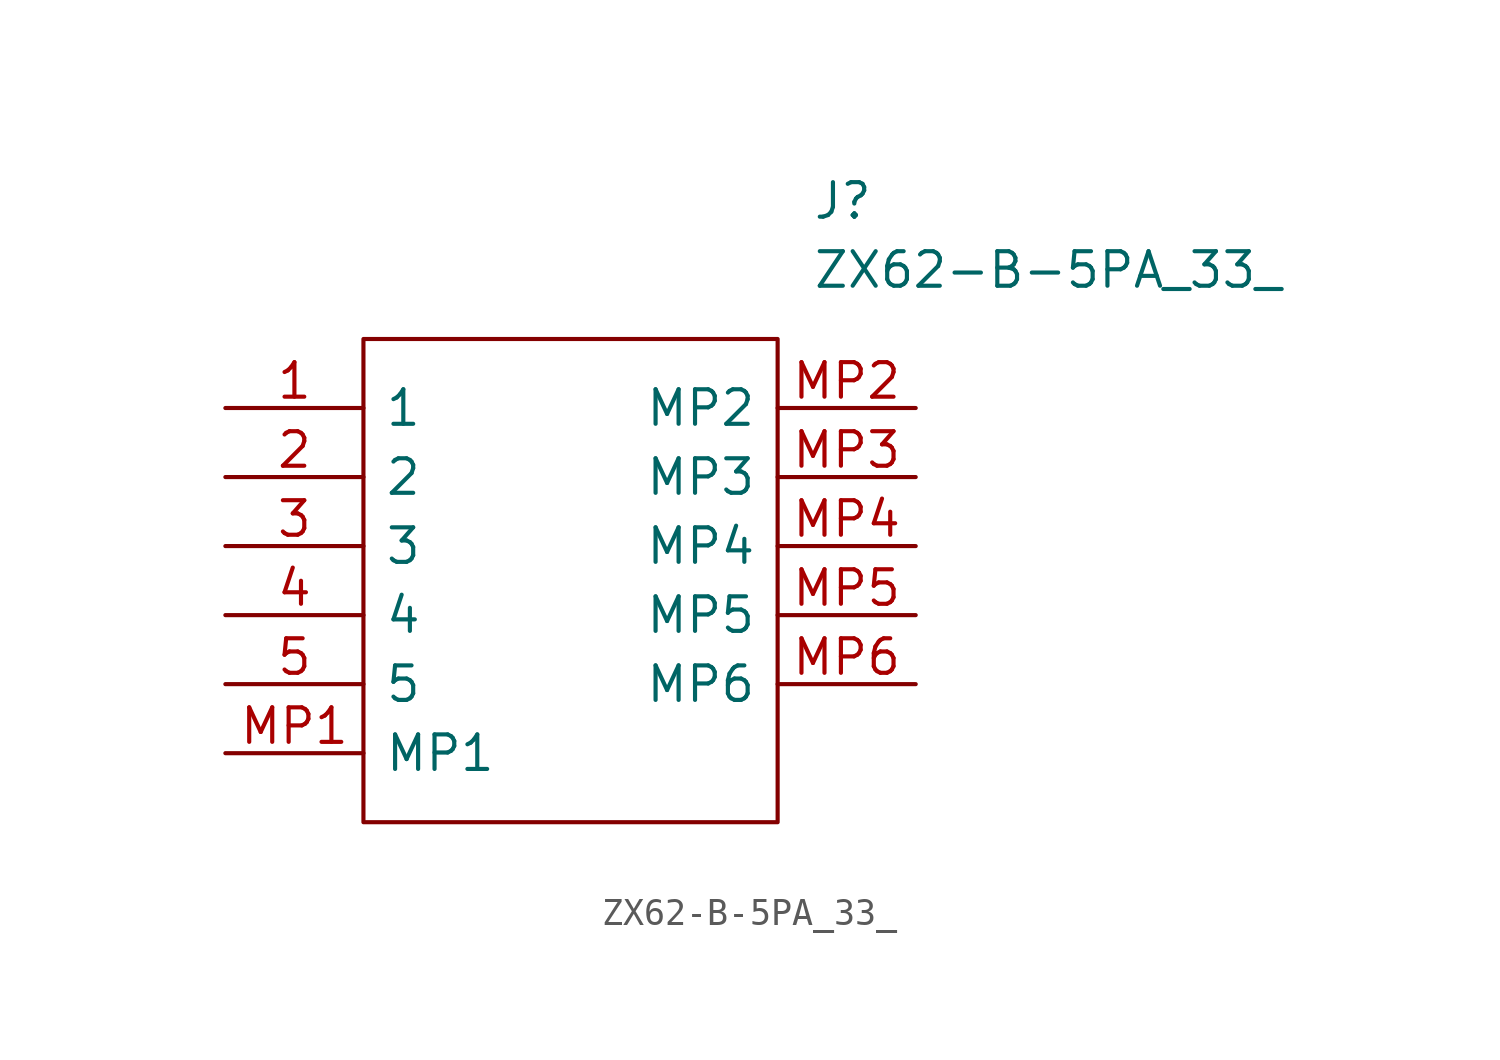
<source format=kicad_sym>
(kicad_symbol_lib
  (version 20211014)
  (generator kicad_symbol_editor)
  (symbol "ZX62-B-5PA_33_"
    (pin_names
      (offset 0.762))
    (property "Reference" "J"
      (at 21.59 7.62 0)
      (effects (font (size 1.27 1.27)) (justify left)))
    (property "Value" "ZX62-B-5PA_33_"
      (at 21.59 5.08 0)
      (effects (font (size 1.27 1.27)) (justify left)))
    (symbol "ZX62-B-5PA_33__0_0"
      (pin passive line (at 0 0 0) (length 5.08) (name "1" (effects (font (size 1.27 1.27)))) (number "1" (effects (font (size 1.27 1.27)))))
      (pin passive line (at 0 -2.54 0) (length 5.08) (name "2" (effects (font (size 1.27 1.27)))) (number "2" (effects (font (size 1.27 1.27)))))
      (pin passive line (at 0 -5.08 0) (length 5.08) (name "3" (effects (font (size 1.27 1.27)))) (number "3" (effects (font (size 1.27 1.27)))))
      (pin passive line (at 0 -7.62 0) (length 5.08) (name "4" (effects (font (size 1.27 1.27)))) (number "4" (effects (font (size 1.27 1.27)))))
      (pin passive line (at 0 -10.16 0) (length 5.08) (name "5" (effects (font (size 1.27 1.27)))) (number "5" (effects (font (size 1.27 1.27)))))
      (pin passive line (at 0 -12.7 0) (length 5.08) (name "MP1" (effects (font (size 1.27 1.27)))) (number "MP1" (effects (font (size 1.27 1.27)))))
      (pin passive line (at 25.4 0 180) (length 5.08) (name "MP2" (effects (font (size 1.27 1.27)))) (number "MP2" (effects (font (size 1.27 1.27)))))
      (pin passive line (at 25.4 -2.54 180) (length 5.08) (name "MP3" (effects (font (size 1.27 1.27)))) (number "MP3" (effects (font (size 1.27 1.27)))))
      (pin passive line (at 25.4 -5.08 180) (length 5.08) (name "MP4" (effects (font (size 1.27 1.27)))) (number "MP4" (effects (font (size 1.27 1.27)))))
      (pin passive line (at 25.4 -7.62 180) (length 5.08) (name "MP5" (effects (font (size 1.27 1.27)))) (number "MP5" (effects (font (size 1.27 1.27)))))
      (pin passive line (at 25.4 -10.16 180) (length 5.08) (name "MP6" (effects (font (size 1.27 1.27)))) (number "MP6" (effects (font (size 1.27 1.27))))))
    (symbol "ZX62-B-5PA_33__0_1"
      (polyline (pts (xy 5.08 2.54) (xy 20.32 2.54) (xy 20.32 -15.24) (xy 5.08 -15.24) (xy 5.08 2.54)) (stroke (width 0.152) (type default) (color 0 0 0 0)) (fill (type none))))))
</source>
